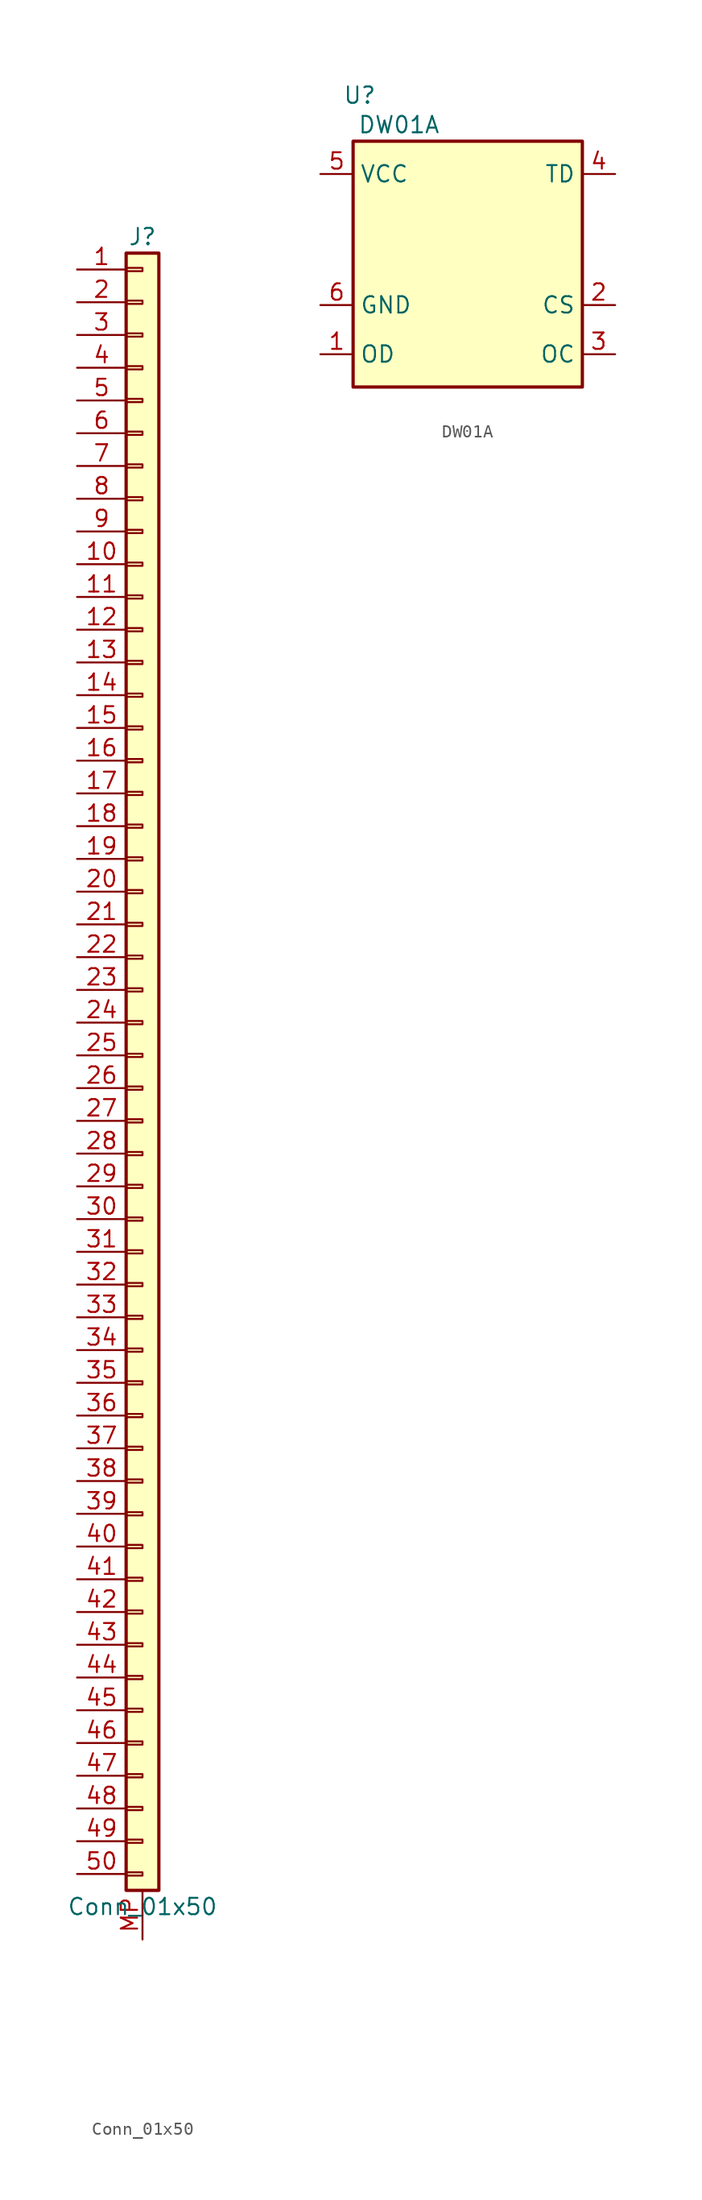
<source format=kicad_sym>
(kicad_symbol_lib
  (version 20231120)
  (generator "kicad_symbol_editor")
  (generator_version "8.0")
  (symbol "Conn_01x50"
    (pin_names
      (offset 1.016) hide)
    (property "Reference" "J"
      (at 0 63.5 0)
      (effects (font (size 1.27 1.27))))
    (property "Value" "Conn_01x50"
      (at 0 -66.04 0)
      (effects (font (size 1.27 1.27))))
    (symbol "Conn_01x50_1_1"
      (rectangle (start -1.27 -63.373) (end 0 -63.627) (stroke (width 0.152) (type default)) (fill (type none)))
      (rectangle (start -1.27 -60.833) (end 0 -61.087) (stroke (width 0.152) (type default)) (fill (type none)))
      (rectangle (start -1.27 -58.293) (end 0 -58.547) (stroke (width 0.152) (type default)) (fill (type none)))
      (rectangle (start -1.27 -55.753) (end 0 -56.007) (stroke (width 0.152) (type default)) (fill (type none)))
      (rectangle (start -1.27 -53.213) (end 0 -53.467) (stroke (width 0.152) (type default)) (fill (type none)))
      (rectangle (start -1.27 -50.673) (end 0 -50.927) (stroke (width 0.152) (type default)) (fill (type none)))
      (rectangle (start -1.27 -48.133) (end 0 -48.387) (stroke (width 0.152) (type default)) (fill (type none)))
      (rectangle (start -1.27 -45.593) (end 0 -45.847) (stroke (width 0.152) (type default)) (fill (type none)))
      (rectangle (start -1.27 -43.053) (end 0 -43.307) (stroke (width 0.152) (type default)) (fill (type none)))
      (rectangle (start -1.27 -40.513) (end 0 -40.767) (stroke (width 0.152) (type default)) (fill (type none)))
      (rectangle (start -1.27 -37.973) (end 0 -38.227) (stroke (width 0.152) (type default)) (fill (type none)))
      (rectangle (start -1.27 -35.433) (end 0 -35.687) (stroke (width 0.152) (type default)) (fill (type none)))
      (rectangle (start -1.27 -32.893) (end 0 -33.147) (stroke (width 0.152) (type default)) (fill (type none)))
      (rectangle (start -1.27 -30.353) (end 0 -30.607) (stroke (width 0.152) (type default)) (fill (type none)))
      (rectangle (start -1.27 -27.813) (end 0 -28.067) (stroke (width 0.152) (type default)) (fill (type none)))
      (rectangle (start -1.27 -25.273) (end 0 -25.527) (stroke (width 0.152) (type default)) (fill (type none)))
      (rectangle (start -1.27 -22.733) (end 0 -22.987) (stroke (width 0.152) (type default)) (fill (type none)))
      (rectangle (start -1.27 -20.193) (end 0 -20.447) (stroke (width 0.152) (type default)) (fill (type none)))
      (rectangle (start -1.27 -17.653) (end 0 -17.907) (stroke (width 0.152) (type default)) (fill (type none)))
      (rectangle (start -1.27 -15.113) (end 0 -15.367) (stroke (width 0.152) (type default)) (fill (type none)))
      (rectangle (start -1.27 -12.573) (end 0 -12.827) (stroke (width 0.152) (type default)) (fill (type none)))
      (rectangle (start -1.27 -10.033) (end 0 -10.287) (stroke (width 0.152) (type default)) (fill (type none)))
      (rectangle (start -1.27 -7.493) (end 0 -7.747) (stroke (width 0.152) (type default)) (fill (type none)))
      (rectangle (start -1.27 -4.953) (end 0 -5.207) (stroke (width 0.152) (type default)) (fill (type none)))
      (rectangle (start -1.27 -2.413) (end 0 -2.667) (stroke (width 0.152) (type default)) (fill (type none)))
      (rectangle (start -1.27 0.127) (end 0 -0.127) (stroke (width 0.152) (type default)) (fill (type none)))
      (rectangle (start -1.27 2.667) (end 0 2.413) (stroke (width 0.152) (type default)) (fill (type none)))
      (rectangle (start -1.27 5.207) (end 0 4.953) (stroke (width 0.152) (type default)) (fill (type none)))
      (rectangle (start -1.27 7.747) (end 0 7.493) (stroke (width 0.152) (type default)) (fill (type none)))
      (rectangle (start -1.27 10.287) (end 0 10.033) (stroke (width 0.152) (type default)) (fill (type none)))
      (rectangle (start -1.27 12.827) (end 0 12.573) (stroke (width 0.152) (type default)) (fill (type none)))
      (rectangle (start -1.27 15.367) (end 0 15.113) (stroke (width 0.152) (type default)) (fill (type none)))
      (rectangle (start -1.27 17.907) (end 0 17.653) (stroke (width 0.152) (type default)) (fill (type none)))
      (rectangle (start -1.27 20.447) (end 0 20.193) (stroke (width 0.152) (type default)) (fill (type none)))
      (rectangle (start -1.27 22.987) (end 0 22.733) (stroke (width 0.152) (type default)) (fill (type none)))
      (rectangle (start -1.27 25.527) (end 0 25.273) (stroke (width 0.152) (type default)) (fill (type none)))
      (rectangle (start -1.27 28.067) (end 0 27.813) (stroke (width 0.152) (type default)) (fill (type none)))
      (rectangle (start -1.27 30.607) (end 0 30.353) (stroke (width 0.152) (type default)) (fill (type none)))
      (rectangle (start -1.27 33.147) (end 0 32.893) (stroke (width 0.152) (type default)) (fill (type none)))
      (rectangle (start -1.27 35.687) (end 0 35.433) (stroke (width 0.152) (type default)) (fill (type none)))
      (rectangle (start -1.27 38.227) (end 0 37.973) (stroke (width 0.152) (type default)) (fill (type none)))
      (rectangle (start -1.27 40.767) (end 0 40.513) (stroke (width 0.152) (type default)) (fill (type none)))
      (rectangle (start -1.27 43.307) (end 0 43.053) (stroke (width 0.152) (type default)) (fill (type none)))
      (rectangle (start -1.27 45.847) (end 0 45.593) (stroke (width 0.152) (type default)) (fill (type none)))
      (rectangle (start -1.27 48.387) (end 0 48.133) (stroke (width 0.152) (type default)) (fill (type none)))
      (rectangle (start -1.27 50.927) (end 0 50.673) (stroke (width 0.152) (type default)) (fill (type none)))
      (rectangle (start -1.27 53.467) (end 0 53.213) (stroke (width 0.152) (type default)) (fill (type none)))
      (rectangle (start -1.27 56.007) (end 0 55.753) (stroke (width 0.152) (type default)) (fill (type none)))
      (rectangle (start -1.27 58.547) (end 0 58.293) (stroke (width 0.152) (type default)) (fill (type none)))
      (rectangle (start -1.27 61.087) (end 0 60.833) (stroke (width 0.152) (type default)) (fill (type none)))
      (rectangle (start -1.27 62.23) (end 1.27 -64.77) (stroke (width 0.254) (type default)) (fill (type background)))
      (pin passive line (at -5.08 60.96 0) (length 3.81) (name "Pin_1" (effects (font (size 1.27 1.27)))) (number "1" (effects (font (size 1.27 1.27)))))
      (pin passive line (at -5.08 38.1 0) (length 3.81) (name "Pin_10" (effects (font (size 1.27 1.27)))) (number "10" (effects (font (size 1.27 1.27)))))
      (pin passive line (at -5.08 35.56 0) (length 3.81) (name "Pin_11" (effects (font (size 1.27 1.27)))) (number "11" (effects (font (size 1.27 1.27)))))
      (pin passive line (at -5.08 33.02 0) (length 3.81) (name "Pin_12" (effects (font (size 1.27 1.27)))) (number "12" (effects (font (size 1.27 1.27)))))
      (pin passive line (at -5.08 30.48 0) (length 3.81) (name "Pin_13" (effects (font (size 1.27 1.27)))) (number "13" (effects (font (size 1.27 1.27)))))
      (pin passive line (at -5.08 27.94 0) (length 3.81) (name "Pin_14" (effects (font (size 1.27 1.27)))) (number "14" (effects (font (size 1.27 1.27)))))
      (pin passive line (at -5.08 25.4 0) (length 3.81) (name "Pin_15" (effects (font (size 1.27 1.27)))) (number "15" (effects (font (size 1.27 1.27)))))
      (pin passive line (at -5.08 22.86 0) (length 3.81) (name "Pin_16" (effects (font (size 1.27 1.27)))) (number "16" (effects (font (size 1.27 1.27)))))
      (pin passive line (at -5.08 20.32 0) (length 3.81) (name "Pin_17" (effects (font (size 1.27 1.27)))) (number "17" (effects (font (size 1.27 1.27)))))
      (pin passive line (at -5.08 17.78 0) (length 3.81) (name "Pin_18" (effects (font (size 1.27 1.27)))) (number "18" (effects (font (size 1.27 1.27)))))
      (pin passive line (at -5.08 15.24 0) (length 3.81) (name "Pin_19" (effects (font (size 1.27 1.27)))) (number "19" (effects (font (size 1.27 1.27)))))
      (pin passive line (at -5.08 58.42 0) (length 3.81) (name "Pin_2" (effects (font (size 1.27 1.27)))) (number "2" (effects (font (size 1.27 1.27)))))
      (pin passive line (at -5.08 12.7 0) (length 3.81) (name "Pin_20" (effects (font (size 1.27 1.27)))) (number "20" (effects (font (size 1.27 1.27)))))
      (pin passive line (at -5.08 10.16 0) (length 3.81) (name "Pin_21" (effects (font (size 1.27 1.27)))) (number "21" (effects (font (size 1.27 1.27)))))
      (pin passive line (at -5.08 7.62 0) (length 3.81) (name "Pin_22" (effects (font (size 1.27 1.27)))) (number "22" (effects (font (size 1.27 1.27)))))
      (pin passive line (at -5.08 5.08 0) (length 3.81) (name "Pin_23" (effects (font (size 1.27 1.27)))) (number "23" (effects (font (size 1.27 1.27)))))
      (pin passive line (at -5.08 2.54 0) (length 3.81) (name "Pin_24" (effects (font (size 1.27 1.27)))) (number "24" (effects (font (size 1.27 1.27)))))
      (pin passive line (at -5.08 0 0) (length 3.81) (name "Pin_25" (effects (font (size 1.27 1.27)))) (number "25" (effects (font (size 1.27 1.27)))))
      (pin passive line (at -5.08 -2.54 0) (length 3.81) (name "Pin_26" (effects (font (size 1.27 1.27)))) (number "26" (effects (font (size 1.27 1.27)))))
      (pin passive line (at -5.08 -5.08 0) (length 3.81) (name "Pin_27" (effects (font (size 1.27 1.27)))) (number "27" (effects (font (size 1.27 1.27)))))
      (pin passive line (at -5.08 -7.62 0) (length 3.81) (name "Pin_28" (effects (font (size 1.27 1.27)))) (number "28" (effects (font (size 1.27 1.27)))))
      (pin passive line (at -5.08 -10.16 0) (length 3.81) (name "Pin_29" (effects (font (size 1.27 1.27)))) (number "29" (effects (font (size 1.27 1.27)))))
      (pin passive line (at -5.08 55.88 0) (length 3.81) (name "Pin_3" (effects (font (size 1.27 1.27)))) (number "3" (effects (font (size 1.27 1.27)))))
      (pin passive line (at -5.08 -12.7 0) (length 3.81) (name "Pin_30" (effects (font (size 1.27 1.27)))) (number "30" (effects (font (size 1.27 1.27)))))
      (pin passive line (at -5.08 -15.24 0) (length 3.81) (name "Pin_31" (effects (font (size 1.27 1.27)))) (number "31" (effects (font (size 1.27 1.27)))))
      (pin passive line (at -5.08 -17.78 0) (length 3.81) (name "Pin_32" (effects (font (size 1.27 1.27)))) (number "32" (effects (font (size 1.27 1.27)))))
      (pin passive line (at -5.08 -20.32 0) (length 3.81) (name "Pin_33" (effects (font (size 1.27 1.27)))) (number "33" (effects (font (size 1.27 1.27)))))
      (pin passive line (at -5.08 -22.86 0) (length 3.81) (name "Pin_34" (effects (font (size 1.27 1.27)))) (number "34" (effects (font (size 1.27 1.27)))))
      (pin passive line (at -5.08 -25.4 0) (length 3.81) (name "Pin_35" (effects (font (size 1.27 1.27)))) (number "35" (effects (font (size 1.27 1.27)))))
      (pin passive line (at -5.08 -27.94 0) (length 3.81) (name "Pin_36" (effects (font (size 1.27 1.27)))) (number "36" (effects (font (size 1.27 1.27)))))
      (pin passive line (at -5.08 -30.48 0) (length 3.81) (name "Pin_37" (effects (font (size 1.27 1.27)))) (number "37" (effects (font (size 1.27 1.27)))))
      (pin passive line (at -5.08 -33.02 0) (length 3.81) (name "Pin_38" (effects (font (size 1.27 1.27)))) (number "38" (effects (font (size 1.27 1.27)))))
      (pin passive line (at -5.08 -35.56 0) (length 3.81) (name "Pin_39" (effects (font (size 1.27 1.27)))) (number "39" (effects (font (size 1.27 1.27)))))
      (pin passive line (at -5.08 53.34 0) (length 3.81) (name "Pin_4" (effects (font (size 1.27 1.27)))) (number "4" (effects (font (size 1.27 1.27)))))
      (pin passive line (at -5.08 -38.1 0) (length 3.81) (name "Pin_40" (effects (font (size 1.27 1.27)))) (number "40" (effects (font (size 1.27 1.27)))))
      (pin passive line (at -5.08 -40.64 0) (length 3.81) (name "Pin_41" (effects (font (size 1.27 1.27)))) (number "41" (effects (font (size 1.27 1.27)))))
      (pin passive line (at -5.08 -43.18 0) (length 3.81) (name "Pin_41" (effects (font (size 1.27 1.27)))) (number "42" (effects (font (size 1.27 1.27)))))
      (pin passive line (at -5.08 -45.72 0) (length 3.81) (name "Pin_43" (effects (font (size 1.27 1.27)))) (number "43" (effects (font (size 1.27 1.27)))))
      (pin passive line (at -5.08 -48.26 0) (length 3.81) (name "Pin_44" (effects (font (size 1.27 1.27)))) (number "44" (effects (font (size 1.27 1.27)))))
      (pin passive line (at -5.08 -50.8 0) (length 3.81) (name "Pin_45" (effects (font (size 1.27 1.27)))) (number "45" (effects (font (size 1.27 1.27)))))
      (pin passive line (at -5.08 -53.34 0) (length 3.81) (name "Pin_46" (effects (font (size 1.27 1.27)))) (number "46" (effects (font (size 1.27 1.27)))))
      (pin passive line (at -5.08 -55.88 0) (length 3.81) (name "Pin_47" (effects (font (size 1.27 1.27)))) (number "47" (effects (font (size 1.27 1.27)))))
      (pin passive line (at -5.08 -58.42 0) (length 3.81) (name "Pin_48" (effects (font (size 1.27 1.27)))) (number "48" (effects (font (size 1.27 1.27)))))
      (pin passive line (at -5.08 -60.96 0) (length 3.81) (name "Pin_49" (effects (font (size 1.27 1.27)))) (number "49" (effects (font (size 1.27 1.27)))))
      (pin passive line (at -5.08 50.8 0) (length 3.81) (name "Pin_5" (effects (font (size 1.27 1.27)))) (number "5" (effects (font (size 1.27 1.27)))))
      (pin passive line (at -5.08 -63.5 0) (length 3.81) (name "Pin_50" (effects (font (size 1.27 1.27)))) (number "50" (effects (font (size 1.27 1.27)))))
      (pin passive line (at -5.08 48.26 0) (length 3.81) (name "Pin_6" (effects (font (size 1.27 1.27)))) (number "6" (effects (font (size 1.27 1.27)))))
      (pin passive line (at -5.08 45.72 0) (length 3.81) (name "Pin_7" (effects (font (size 1.27 1.27)))) (number "7" (effects (font (size 1.27 1.27)))))
      (pin passive line (at -5.08 43.18 0) (length 3.81) (name "Pin_8" (effects (font (size 1.27 1.27)))) (number "8" (effects (font (size 1.27 1.27)))))
      (pin passive line (at -5.08 40.64 0) (length 3.81) (name "Pin_9" (effects (font (size 1.27 1.27)))) (number "9" (effects (font (size 1.27 1.27)))))
      (pin passive line (at 0 -68.58 90) (length 3.81) (name "MP" (effects (font (size 1.27 1.27)))) (number "MP" (effects (font (size 1.27 1.27)))))))
  (symbol "DW01A"
    (property "Reference" "U"
      (at -8.382 13.716 0)
      (effects (font (size 1.27 1.27))))
    (property "Value" "DW01A"
      (at -5.334 11.43 0)
      (effects (font (size 1.27 1.27))))
    (symbol "DW01A_0_1"
      (rectangle (start -8.89 10.16) (end 8.89 -8.89) (stroke (width 0.254) (type default)) (fill (type background))))
    (symbol "DW01A_1_1"
      (pin output line (at -11.43 -6.35 0) (length 2.54) (name "OD" (effects (font (size 1.27 1.27)))) (number "1" (effects (font (size 1.27 1.27)))))
      (pin input line (at 11.43 -2.54 180) (length 2.54) (name "CS" (effects (font (size 1.27 1.27)))) (number "2" (effects (font (size 1.27 1.27)))))
      (pin output line (at 11.43 -6.35 180) (length 2.54) (name "OC" (effects (font (size 1.27 1.27)))) (number "3" (effects (font (size 1.27 1.27)))))
      (pin input line (at 11.43 7.62 180) (length 2.54) (name "TD" (effects (font (size 1.27 1.27)))) (number "4" (effects (font (size 1.27 1.27)))))
      (pin power_in line (at -11.43 7.62 0) (length 2.54) (name "VCC" (effects (font (size 1.27 1.27)))) (number "5" (effects (font (size 1.27 1.27)))))
      (pin power_in line (at -11.43 -2.54 0) (length 2.54) (name "GND" (effects (font (size 1.27 1.27)))) (number "6" (effects (font (size 1.27 1.27))))))))
</source>
